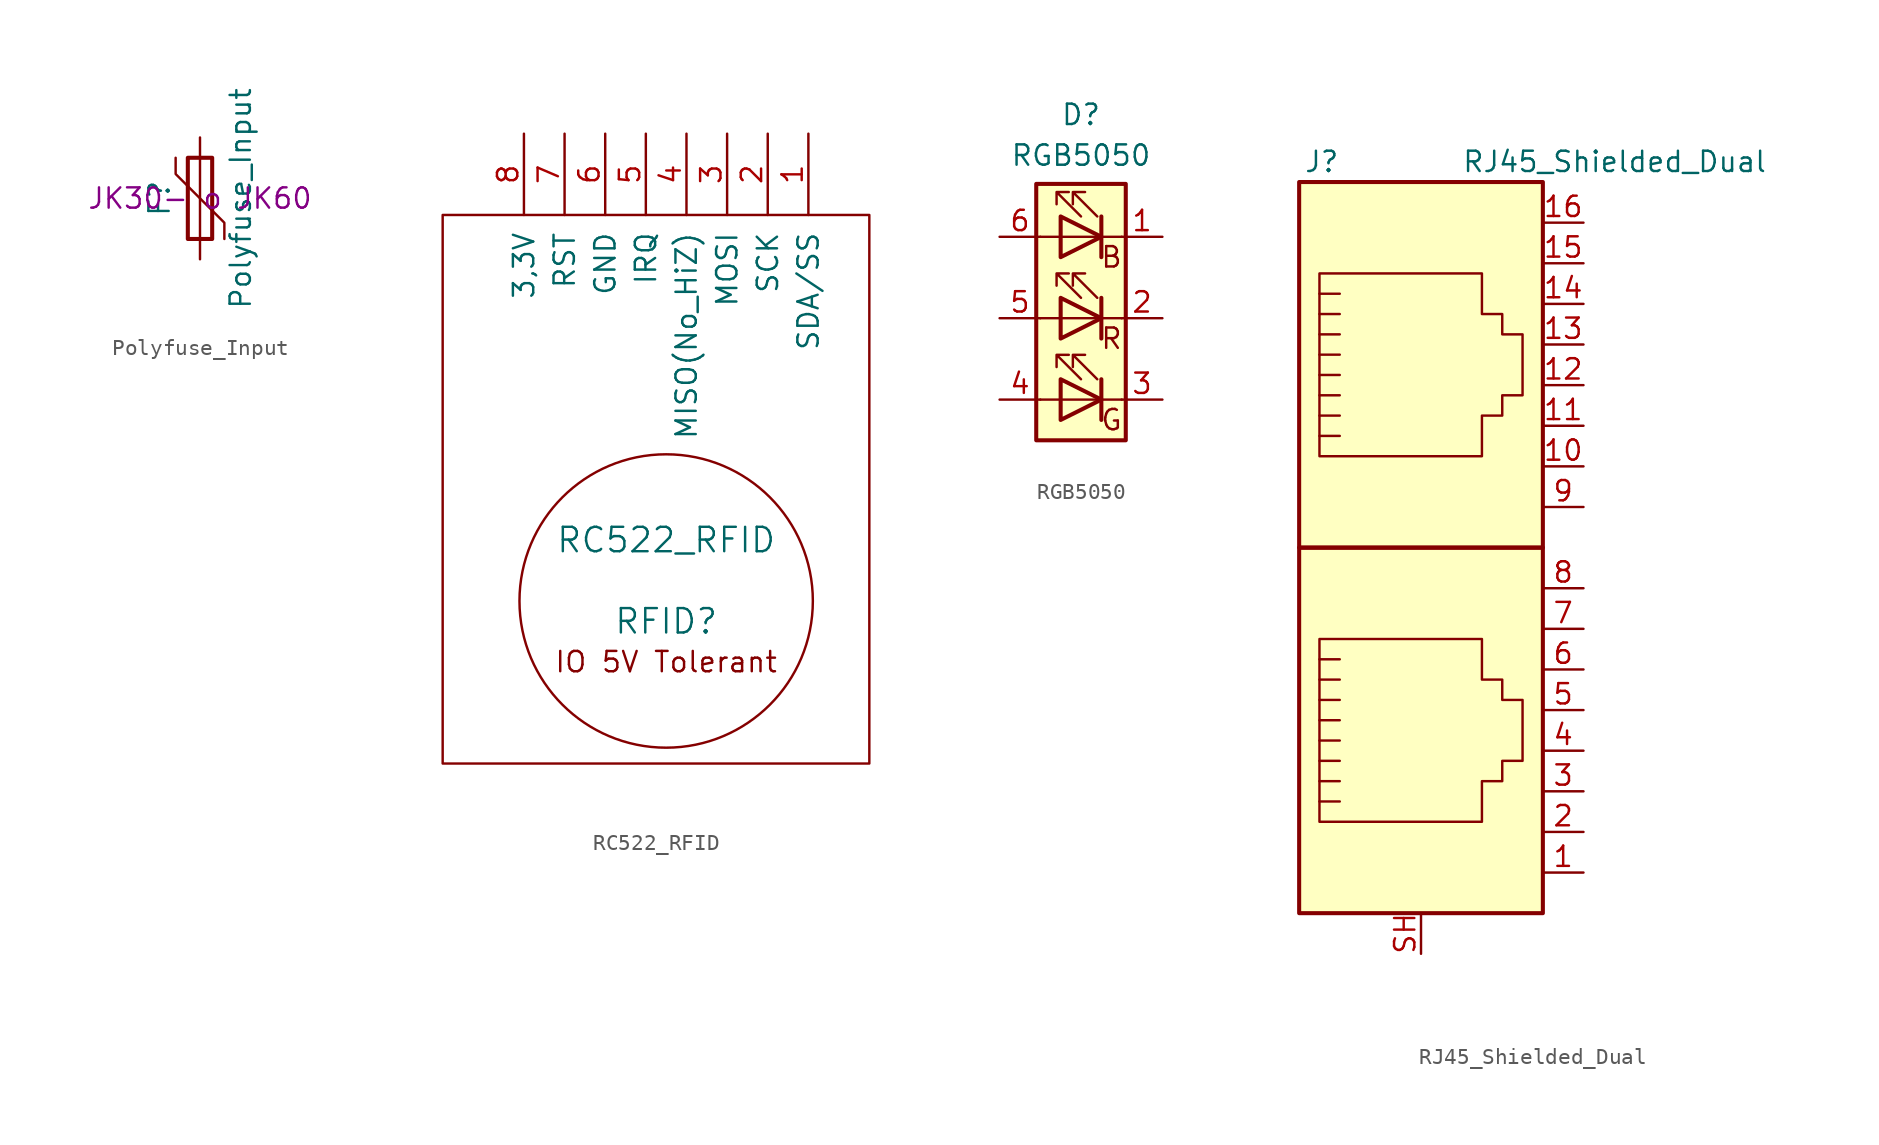
<source format=kicad_sym>
(kicad_symbol_lib
  (version 20231120)
  (generator "kicad_symbol_editor")
  (generator_version "8.0")
  (symbol "Polyfuse_Input"
    (pin_numbers hide)
    (pin_names
      (offset 0))
    (property "Reference" "F"
      (at -2.54 0 90)
      (effects (font (size 1.27 1.27))))
    (property "Value" "Polyfuse_Input"
      (at 2.54 0 90)
      (effects (font (size 1.27 1.27))))
    (property "Elemon" "JK30- o JK60"
      (at 0 0 0)
      (effects (font (size 1.27 1.27))))
    (symbol "Polyfuse_Input_0_1"
      (rectangle (start -0.762 2.54) (end 0.762 -2.54) (stroke (width 0.254) (type default)) (fill (type none)))
      (polyline (pts (xy 0 2.54) (xy 0 -2.54)) (stroke (width 0) (type default)) (fill (type none)))
      (polyline (pts (xy -1.524 2.54) (xy -1.524 1.524) (xy 1.524 -1.524) (xy 1.524 -2.54)) (stroke (width 0) (type default)) (fill (type none))))
    (symbol "Polyfuse_Input_1_1"
      (pin passive line (at 0 3.81 270) (length 1.27) (name "~" (effects (font (size 1.27 1.27)))) (number "1" (effects (font (size 1.27 1.27)))))
      (pin passive line (at 0 -3.81 90) (length 1.27) (name "~" (effects (font (size 1.27 1.27)))) (number "2" (effects (font (size 1.27 1.27)))))))
  (symbol "RC522_RFID"
    (pin_names
      (offset 1.016))
    (property "Reference" "RFID"
      (at 0 5.08 0)
      (effects (font (size 1.524 1.524))))
    (property "Value" "RC522_RFID"
      (at 0 10.16 0)
      (effects (font (size 1.524 1.524))))
    (symbol "RC522_RFID_0_0"
      (text "IO 5V Tolerant" (at 0 2.54 0) (effects (font (size 1.27 1.27)))))
    (symbol "RC522_RFID_0_1"
      (rectangle (start -13.97 30.48) (end 12.7 -3.81) (stroke (width 0) (type default)) (fill (type none)))
      (circle (center 0 6.35) (radius 9.169) (stroke (width 0) (type default)) (fill (type none))))
    (symbol "RC522_RFID_1_1"
      (pin output line (at 8.89 35.56 270) (length 5.08) (name "SDA/SS" (effects (font (size 1.27 1.27)))) (number "1" (effects (font (size 1.27 1.27)))))
      (pin output line (at 6.35 35.56 270) (length 5.08) (name "SCK" (effects (font (size 1.27 1.27)))) (number "2" (effects (font (size 1.27 1.27)))))
      (pin output line (at 3.81 35.56 270) (length 5.08) (name "MOSI" (effects (font (size 1.27 1.27)))) (number "3" (effects (font (size 1.27 1.27)))))
      (pin output line (at 1.27 35.56 270) (length 5.08) (name "MISO(No_HiZ)" (effects (font (size 1.27 1.27)))) (number "4" (effects (font (size 1.27 1.27)))))
      (pin output line (at -1.27 35.56 270) (length 5.08) (name "IRQ" (effects (font (size 1.27 1.27)))) (number "5" (effects (font (size 1.27 1.27)))))
      (pin power_in line (at -3.81 35.56 270) (length 5.08) (name "GND" (effects (font (size 1.27 1.27)))) (number "6" (effects (font (size 1.27 1.27)))))
      (pin input line (at -6.35 35.56 270) (length 5.08) (name "RST" (effects (font (size 1.27 1.27)))) (number "7" (effects (font (size 1.27 1.27)))))
      (pin power_in line (at -8.89 35.56 270) (length 5.08) (name "3,3V" (effects (font (size 1.27 1.27)))) (number "8" (effects (font (size 1.27 1.27)))))))
  (symbol "RGB5050"
    (pin_names
      (offset 0) hide)
    (property "Reference" "D"
      (at 0 12.7 0)
      (effects (font (size 1.27 1.27))))
    (property "Value" "RGB5050"
      (at 0 10.16 0)
      (effects (font (size 1.27 1.27))))
    (symbol "RGB5050_0_0"
      (text "B" (at 1.905 3.81 0) (effects (font (size 1.27 1.27))))
      (text "G" (at 1.905 -6.35 0) (effects (font (size 1.27 1.27))))
      (text "R" (at 1.905 -1.27 0) (effects (font (size 1.27 1.27)))))
    (symbol "RGB5050_0_1"
      (rectangle (start -2.794 8.382) (end 2.794 -7.62) (stroke (width 0.254) (type default)) (fill (type background)))
      (rectangle (start -1.27 -1.27) (end -1.27 1.27) (stroke (width 0) (type default)) (fill (type none)))
      (rectangle (start -1.27 1.27) (end -1.27 1.27) (stroke (width 0) (type default)) (fill (type none)))
      (rectangle (start -1.27 3.81) (end -1.27 6.35) (stroke (width 0) (type default)) (fill (type none)))
      (rectangle (start -1.27 6.35) (end -1.27 6.35) (stroke (width 0) (type default)) (fill (type none)))
      (polyline (pts (xy -1.27 -5.08) (xy -2.54 -5.08)) (stroke (width 0) (type default)) (fill (type none)))
      (polyline (pts (xy -1.27 0) (xy -2.54 0)) (stroke (width 0) (type default)) (fill (type none)))
      (polyline (pts (xy -1.27 0) (xy 1.27 0)) (stroke (width 0) (type default)) (fill (type none)))
      (polyline (pts (xy -1.27 5.08) (xy -2.54 5.08)) (stroke (width 0) (type default)) (fill (type none)))
      (polyline (pts (xy 1.27 -5.08) (xy -1.27 -5.08)) (stroke (width 0) (type default)) (fill (type none)))
      (polyline (pts (xy 1.27 -5.08) (xy 2.54 -5.08)) (stroke (width 0) (type default)) (fill (type none)))
      (polyline (pts (xy 1.27 -3.81) (xy 1.27 -6.35)) (stroke (width 0.254) (type default)) (fill (type none)))
      (polyline (pts (xy 1.27 0) (xy 2.54 0)) (stroke (width 0) (type default)) (fill (type none)))
      (polyline (pts (xy 1.27 1.27) (xy 1.27 -1.27)) (stroke (width 0.254) (type default)) (fill (type none)))
      (polyline (pts (xy 1.27 5.08) (xy -1.27 5.08)) (stroke (width 0) (type default)) (fill (type none)))
      (polyline (pts (xy 1.27 5.08) (xy 2.54 5.08)) (stroke (width 0) (type default)) (fill (type none)))
      (polyline (pts (xy 1.27 6.35) (xy 1.27 3.81)) (stroke (width 0.254) (type default)) (fill (type none)))
      (polyline (pts (xy 1.27 1.27) (xy 1.27 -1.27) (xy 1.27 -1.27)) (stroke (width 0) (type default)) (fill (type none)))
      (polyline (pts (xy 1.27 6.35) (xy 1.27 3.81) (xy 1.27 3.81)) (stroke (width 0) (type default)) (fill (type none)))
      (polyline (pts (xy -1.27 -3.81) (xy -1.27 -6.35) (xy 1.27 -5.08) (xy -1.27 -3.81)) (stroke (width 0.254) (type default)) (fill (type none)))
      (polyline (pts (xy -1.27 1.27) (xy -1.27 -1.27) (xy 1.27 0) (xy -1.27 1.27)) (stroke (width 0.254) (type default)) (fill (type none)))
      (polyline (pts (xy -1.27 6.35) (xy -1.27 3.81) (xy 1.27 5.08) (xy -1.27 6.35)) (stroke (width 0.254) (type default)) (fill (type none)))
      (polyline (pts (xy 0 -3.81) (xy -1.524 -2.286) (xy -0.762 -2.286) (xy -1.524 -2.286) (xy -1.524 -3.048)) (stroke (width 0) (type default)) (fill (type none)))
      (polyline (pts (xy 0 1.27) (xy -1.524 2.794) (xy -0.762 2.794) (xy -1.524 2.794) (xy -1.524 2.032)) (stroke (width 0) (type default)) (fill (type none)))
      (polyline (pts (xy 0 6.35) (xy -1.524 7.874) (xy -0.762 7.874) (xy -1.524 7.874) (xy -1.524 7.112)) (stroke (width 0) (type default)) (fill (type none)))
      (polyline (pts (xy 1.016 -3.81) (xy -0.508 -2.286) (xy 0.254 -2.286) (xy -0.508 -2.286) (xy -0.508 -3.048)) (stroke (width 0) (type default)) (fill (type none)))
      (polyline (pts (xy 1.016 1.27) (xy -0.508 2.794) (xy 0.254 2.794) (xy -0.508 2.794) (xy -0.508 2.032)) (stroke (width 0) (type default)) (fill (type none)))
      (polyline (pts (xy 1.016 6.35) (xy -0.508 7.874) (xy 0.254 7.874) (xy -0.508 7.874) (xy -0.508 7.112)) (stroke (width 0) (type default)) (fill (type none))))
    (symbol "RGB5050_1_1"
      (pin passive line (at 5.08 5.08 180) (length 2.54) (name "BK" (effects (font (size 1.27 1.27)))) (number "1" (effects (font (size 1.27 1.27)))))
      (pin passive line (at 5.08 0 180) (length 2.54) (name "RK" (effects (font (size 1.27 1.27)))) (number "2" (effects (font (size 1.27 1.27)))))
      (pin passive line (at 5.08 -5.08 180) (length 2.54) (name "GK" (effects (font (size 1.27 1.27)))) (number "3" (effects (font (size 1.27 1.27)))))
      (pin passive line (at -5.08 -5.08 0) (length 2.54) (name "GA" (effects (font (size 1.27 1.27)))) (number "4" (effects (font (size 1.27 1.27)))))
      (pin passive line (at -5.08 0 0) (length 2.54) (name "RA" (effects (font (size 1.27 1.27)))) (number "5" (effects (font (size 1.27 1.27)))))
      (pin passive line (at -5.08 5.08 0) (length 2.54) (name "BA" (effects (font (size 1.27 1.27)))) (number "6" (effects (font (size 1.27 1.27)))))))
  (symbol "RJ45_Shielded_Dual"
    (pin_names
      (offset 1.016))
    (property "Reference" "J"
      (at -6.35 24.13 0)
      (effects (font (size 1.27 1.27)) (justify right)))
    (property "Value" "RJ45_Shielded_Dual"
      (at 1.27 24.13 0)
      (effects (font (size 1.27 1.27)) (justify left)))
    (symbol "RJ45_Shielded_Dual_0_1"
      (polyline (pts (xy -6.35 14.605) (xy -7.62 14.605)) (stroke (width 0) (type default)) (fill (type none)))
      (polyline (pts (xy -6.35 15.875) (xy -7.62 15.875)) (stroke (width 0) (type default)) (fill (type none)))
      (polyline (pts (xy -7.62 6.985) (xy -6.35 6.985) (xy -6.35 6.985)) (stroke (width 0) (type default)) (fill (type none)))
      (polyline (pts (xy -7.62 8.255) (xy -6.35 8.255) (xy -6.35 8.255)) (stroke (width 0) (type default)) (fill (type none)))
      (polyline (pts (xy -7.62 9.525) (xy -6.35 9.525) (xy -6.35 9.525)) (stroke (width 0) (type default)) (fill (type none)))
      (polyline (pts (xy -7.62 10.795) (xy -6.35 10.795) (xy -6.35 10.795)) (stroke (width 0) (type default)) (fill (type none)))
      (polyline (pts (xy -7.62 12.065) (xy -6.35 12.065) (xy -6.35 12.065)) (stroke (width 0) (type default)) (fill (type none)))
      (polyline (pts (xy -6.35 13.335) (xy -7.62 13.335) (xy -7.62 13.335)) (stroke (width 0) (type default)) (fill (type none)))
      (polyline (pts (xy -7.62 5.715) (xy -7.62 17.145) (xy 2.54 17.145) (xy 2.54 14.605) (xy 3.81 14.605) (xy 3.81 13.335) (xy 5.08 13.335) (xy 5.08 9.525) (xy 3.81 9.525) (xy 3.81 8.255) (xy 2.54 8.255) (xy 2.54 5.715) (xy -7.62 5.715) (xy -7.62 5.715)) (stroke (width 0) (type default)) (fill (type none)))
      (rectangle (start 6.35 22.86) (end -8.89 0) (stroke (width 0.254) (type default)) (fill (type background))))
    (symbol "RJ45_Shielded_Dual_1_1"
      (polyline (pts (xy -6.35 -8.255) (xy -7.62 -8.255)) (stroke (width 0) (type default)) (fill (type none)))
      (polyline (pts (xy -6.35 -6.985) (xy -7.62 -6.985)) (stroke (width 0) (type default)) (fill (type none)))
      (polyline (pts (xy -7.62 -15.875) (xy -6.35 -15.875) (xy -6.35 -15.875)) (stroke (width 0) (type default)) (fill (type none)))
      (polyline (pts (xy -7.62 -14.605) (xy -6.35 -14.605) (xy -6.35 -14.605)) (stroke (width 0) (type default)) (fill (type none)))
      (polyline (pts (xy -7.62 -13.335) (xy -6.35 -13.335) (xy -6.35 -13.335)) (stroke (width 0) (type default)) (fill (type none)))
      (polyline (pts (xy -7.62 -12.065) (xy -6.35 -12.065) (xy -6.35 -12.065)) (stroke (width 0) (type default)) (fill (type none)))
      (polyline (pts (xy -7.62 -10.795) (xy -6.35 -10.795) (xy -6.35 -10.795)) (stroke (width 0) (type default)) (fill (type none)))
      (polyline (pts (xy -6.35 -9.525) (xy -7.62 -9.525) (xy -7.62 -9.525)) (stroke (width 0) (type default)) (fill (type none)))
      (polyline (pts (xy -7.62 -17.145) (xy -7.62 -5.715) (xy 2.54 -5.715) (xy 2.54 -8.255) (xy 3.81 -8.255) (xy 3.81 -9.525) (xy 5.08 -9.525) (xy 5.08 -13.335) (xy 3.81 -13.335) (xy 3.81 -14.605) (xy 2.54 -14.605) (xy 2.54 -17.145) (xy -7.62 -17.145) (xy -7.62 -17.145)) (stroke (width 0) (type default)) (fill (type none)))
      (rectangle (start 6.35 0) (end -8.89 -22.86) (stroke (width 0.254) (type default)) (fill (type background)))
      (pin passive line (at 8.89 -20.32 180) (length 2.54) (name "~" (effects (font (size 1.27 1.27)))) (number "1" (effects (font (size 1.27 1.27)))))
      (pin passive line (at 8.89 5.08 180) (length 2.54) (name "~" (effects (font (size 1.27 1.27)))) (number "10" (effects (font (size 1.27 1.27)))))
      (pin passive line (at 8.89 7.62 180) (length 2.54) (name "~" (effects (font (size 1.27 1.27)))) (number "11" (effects (font (size 1.27 1.27)))))
      (pin passive line (at 8.89 10.16 180) (length 2.54) (name "~" (effects (font (size 1.27 1.27)))) (number "12" (effects (font (size 1.27 1.27)))))
      (pin passive line (at 8.89 12.7 180) (length 2.54) (name "~" (effects (font (size 1.27 1.27)))) (number "13" (effects (font (size 1.27 1.27)))))
      (pin passive line (at 8.89 15.24 180) (length 2.54) (name "~" (effects (font (size 1.27 1.27)))) (number "14" (effects (font (size 1.27 1.27)))))
      (pin passive line (at 8.89 17.78 180) (length 2.54) (name "~" (effects (font (size 1.27 1.27)))) (number "15" (effects (font (size 1.27 1.27)))))
      (pin passive line (at 8.89 20.32 180) (length 2.54) (name "~" (effects (font (size 1.27 1.27)))) (number "16" (effects (font (size 1.27 1.27)))))
      (pin passive line (at 8.89 -17.78 180) (length 2.54) (name "~" (effects (font (size 1.27 1.27)))) (number "2" (effects (font (size 1.27 1.27)))))
      (pin passive line (at 8.89 -15.24 180) (length 2.54) (name "~" (effects (font (size 1.27 1.27)))) (number "3" (effects (font (size 1.27 1.27)))))
      (pin passive line (at 8.89 -12.7 180) (length 2.54) (name "~" (effects (font (size 1.27 1.27)))) (number "4" (effects (font (size 1.27 1.27)))))
      (pin passive line (at 8.89 -10.16 180) (length 2.54) (name "~" (effects (font (size 1.27 1.27)))) (number "5" (effects (font (size 1.27 1.27)))))
      (pin passive line (at 8.89 -7.62 180) (length 2.54) (name "~" (effects (font (size 1.27 1.27)))) (number "6" (effects (font (size 1.27 1.27)))))
      (pin passive line (at 8.89 -5.08 180) (length 2.54) (name "~" (effects (font (size 1.27 1.27)))) (number "7" (effects (font (size 1.27 1.27)))))
      (pin passive line (at 8.89 -2.54 180) (length 2.54) (name "~" (effects (font (size 1.27 1.27)))) (number "8" (effects (font (size 1.27 1.27)))))
      (pin passive line (at 8.89 2.54 180) (length 2.54) (name "~" (effects (font (size 1.27 1.27)))) (number "9" (effects (font (size 1.27 1.27)))))
      (pin passive line (at -1.27 -25.4 90) (length 2.54) (name "~" (effects (font (size 1.27 1.27)))) (number "SH" (effects (font (size 1.27 1.27))))))))
</source>
